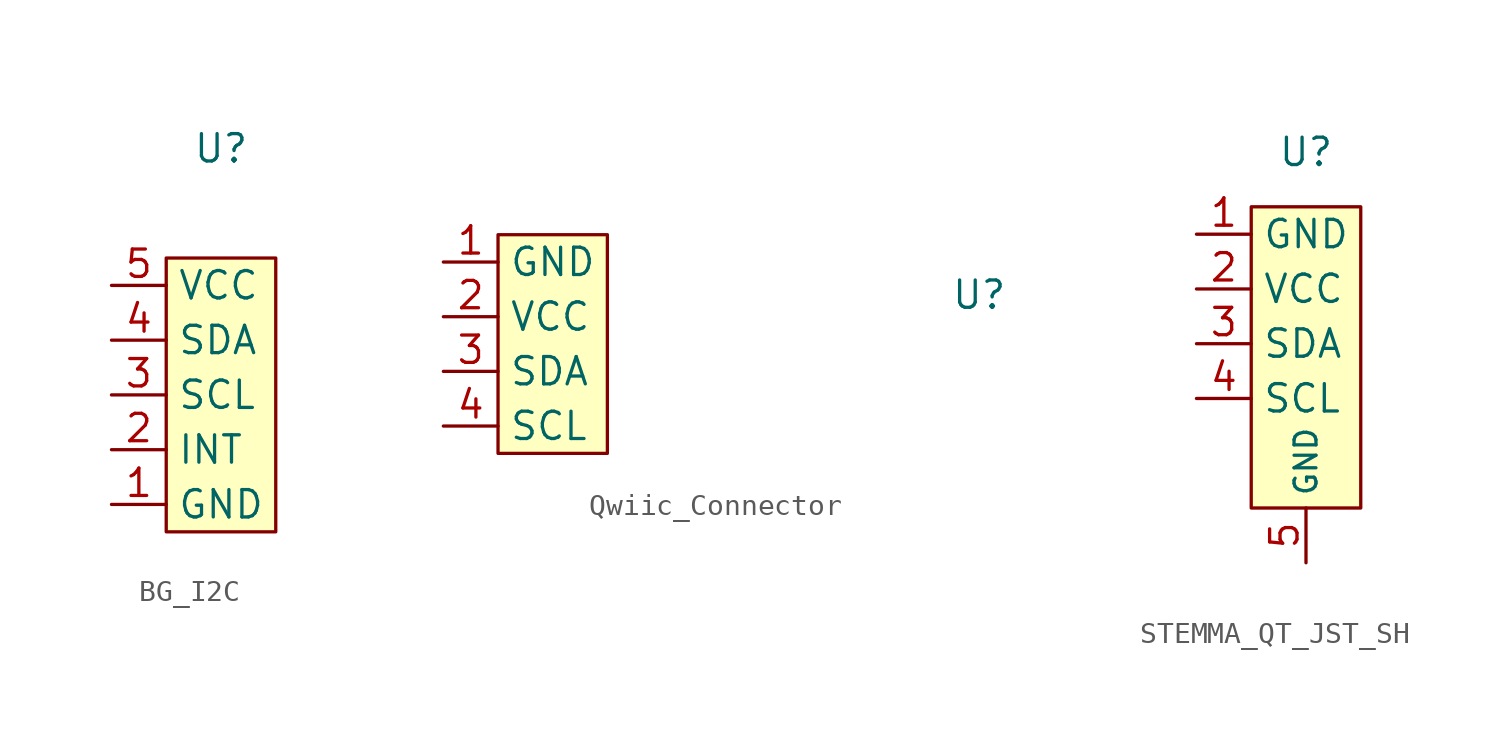
<source format=kicad_sym>
(kicad_symbol_lib
  (version 20241209)
  (generator "kicad_symbol_editor")
  (generator_version "9.0")
  (symbol "BG_I2C"
    (property "Reference" "U"
      (at 0 0 0)
      (effects (font (size 1.27 1.27))))
    (property "Value" ""
      (at 0 0 0)
      (effects (font (size 1.27 1.27))))
    (symbol "BG_I2C_1_1"
      (rectangle (start -2.54 -5.08) (end 2.54 -17.78) (stroke (width 0) (type default)) (fill (type background)))
      (pin input line (at -5.08 -6.35 0) (length 2.54) (name "VCC" (effects (font (size 1.27 1.27)))) (number "5" (effects (font (size 1.27 1.27)))))
      (pin input line (at -5.08 -8.89 0) (length 2.54) (name "SDA" (effects (font (size 1.27 1.27)))) (number "4" (effects (font (size 1.27 1.27)))))
      (pin input line (at -5.08 -11.43 0) (length 2.54) (name "SCL" (effects (font (size 1.27 1.27)))) (number "3" (effects (font (size 1.27 1.27)))))
      (pin input line (at -5.08 -13.97 0) (length 2.54) (name "INT" (effects (font (size 1.27 1.27)))) (number "2" (effects (font (size 1.27 1.27)))))
      (pin input line (at -5.08 -16.51 0) (length 2.54) (name "GND" (effects (font (size 1.27 1.27)))) (number "1" (effects (font (size 1.27 1.27)))))))
  (symbol "Qwiic_Connector"
    (property "Reference" "U"
      (at 19.812 -7.874 0)
      (effects (font (size 1.27 1.27))))
    (property "Value" ""
      (at 0 0 0)
      (effects (font (size 1.27 1.27))))
    (symbol "Qwiic_Connector_1_1"
      (rectangle (start -2.54 -5.08) (end 2.54 -15.24) (stroke (width 0) (type default)) (fill (type background)))
      (pin input line (at -5.08 -6.35 0) (length 2.54) (name "GND" (effects (font (size 1.27 1.27)))) (number "1" (effects (font (size 1.27 1.27)))))
      (pin input line (at -5.08 -8.89 0) (length 2.54) (name "VCC" (effects (font (size 1.27 1.27)))) (number "2" (effects (font (size 1.27 1.27)))))
      (pin input line (at -5.08 -11.43 0) (length 2.54) (name "SDA" (effects (font (size 1.27 1.27)))) (number "3" (effects (font (size 1.27 1.27)))))
      (pin input line (at -5.08 -13.97 0) (length 2.54) (name "SCL" (effects (font (size 1.27 1.27)))) (number "4" (effects (font (size 1.27 1.27)))))))
  (symbol "STEMMA_QT_JST_SH"
    (property "Reference" "U"
      (at 0 0 0)
      (effects (font (size 1.27 1.27))))
    (property "Value" ""
      (at 0 0 0)
      (effects (font (size 1.27 1.27))))
    (symbol "STEMMA_QT_JST_SH_1_1"
      (rectangle (start -2.54 -2.54) (end 2.54 -16.51) (stroke (width 0) (type default)) (fill (type background)))
      (pin input line (at -5.08 -3.81 0) (length 2.54) (name "GND" (effects (font (size 1.27 1.27)))) (number "1" (effects (font (size 1.27 1.27)))))
      (pin input line (at -5.08 -6.35 0) (length 2.54) (name "VCC" (effects (font (size 1.27 1.27)))) (number "2" (effects (font (size 1.27 1.27)))))
      (pin input line (at -5.08 -8.89 0) (length 2.54) (name "SDA" (effects (font (size 1.27 1.27)))) (number "3" (effects (font (size 1.27 1.27)))))
      (pin input line (at -5.08 -11.43 0) (length 2.54) (name "SCL" (effects (font (size 1.27 1.27)))) (number "4" (effects (font (size 1.27 1.27)))))
      (pin input line (at 0 -19.05 90) (length 2.54) (name "GND" (effects (font (size 1.016 1.016)))) (number "5" (effects (font (size 1.27 1.27))))))))
</source>
